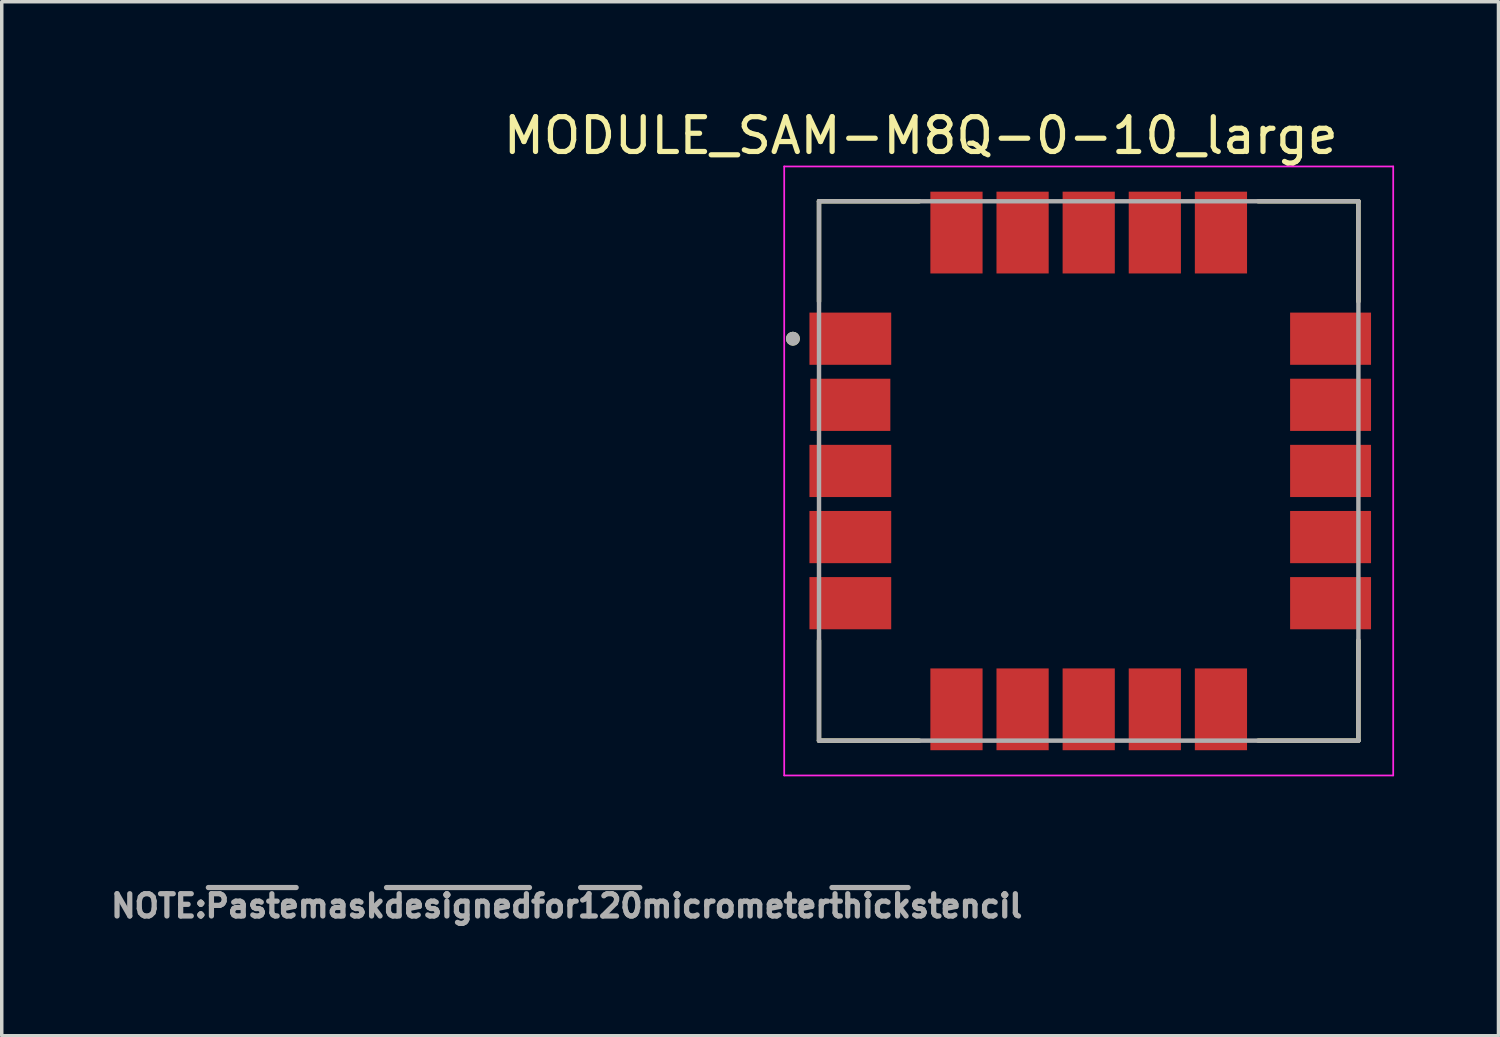
<source format=kicad_pcb>
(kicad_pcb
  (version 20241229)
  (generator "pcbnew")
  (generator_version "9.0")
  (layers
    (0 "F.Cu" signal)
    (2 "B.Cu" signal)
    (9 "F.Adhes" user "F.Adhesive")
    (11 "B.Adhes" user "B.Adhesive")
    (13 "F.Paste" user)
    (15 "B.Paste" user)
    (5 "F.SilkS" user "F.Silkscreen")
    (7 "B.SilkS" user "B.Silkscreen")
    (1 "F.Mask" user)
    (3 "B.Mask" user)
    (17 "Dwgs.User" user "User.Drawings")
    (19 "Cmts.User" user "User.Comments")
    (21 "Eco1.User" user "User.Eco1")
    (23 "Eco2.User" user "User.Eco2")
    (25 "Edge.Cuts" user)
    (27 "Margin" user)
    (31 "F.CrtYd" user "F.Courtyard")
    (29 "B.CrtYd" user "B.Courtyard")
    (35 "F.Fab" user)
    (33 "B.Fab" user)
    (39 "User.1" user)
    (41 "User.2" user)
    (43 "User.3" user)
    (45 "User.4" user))
  (footprint "MODULE_SAM-M8Q-0-10_large"
    (layer "F.Cu")
    (at 28.235 10.483)
    (property "Reference" "MODULE_SAM-M8Q-0-10_large" (at -4.825 -9.635 0) (layer "F.SilkS") (effects (font (size 1 1) (thickness 0.15))))
    (attr through_hole)
    (fp_poly (pts (xy -8.05 -4.55) (xy -5.7 -4.55) (xy -5.7 -3.05) (xy -8.05 -3.05)) (stroke (width 0.01) (type solid)) (fill yes) (layer "F.Mask"))
    (fp_poly (pts (xy -8.05 -2.65) (xy -5.7 -2.65) (xy -5.7 -1.15) (xy -8.05 -1.15)) (stroke (width 0.01) (type solid)) (fill yes) (layer "F.Mask"))
    (fp_poly (pts (xy -8.05 -0.75) (xy -5.7 -0.75) (xy -5.7 0.75) (xy -8.05 0.75)) (stroke (width 0.01) (type solid)) (fill yes) (layer "F.Mask"))
    (fp_poly (pts (xy -8.05 1.15) (xy -5.7 1.15) (xy -5.7 2.65) (xy -8.05 2.65)) (stroke (width 0.01) (type solid)) (fill yes) (layer "F.Mask"))
    (fp_poly (pts (xy -8.05 3.05) (xy -5.7 3.05) (xy -5.7 4.55) (xy -8.05 4.55)) (stroke (width 0.01) (type solid)) (fill yes) (layer "F.Mask"))
    (fp_poly (pts (xy -4.55 -8.05) (xy -3.05 -8.05) (xy -3.05 -5.7) (xy -4.55 -5.7)) (stroke (width 0.01) (type solid)) (fill yes) (layer "F.Mask"))
    (fp_poly (pts (xy -4.55 5.7) (xy -3.05 5.7) (xy -3.05 8.05) (xy -4.55 8.05)) (stroke (width 0.01) (type solid)) (fill yes) (layer "F.Mask"))
    (fp_poly (pts (xy -2.65 -8.05) (xy -1.15 -8.05) (xy -1.15 -5.7) (xy -2.65 -5.7)) (stroke (width 0.01) (type solid)) (fill yes) (layer "F.Mask"))
    (fp_poly (pts (xy -2.65 5.7) (xy -1.15 5.7) (xy -1.15 8.05) (xy -2.65 8.05)) (stroke (width 0.01) (type solid)) (fill yes) (layer "F.Mask"))
    (fp_poly (pts (xy -0.75 -8.05) (xy 0.75 -8.05) (xy 0.75 -5.7) (xy -0.75 -5.7)) (stroke (width 0.01) (type solid)) (fill yes) (layer "F.Mask"))
    (fp_poly (pts (xy -0.75 5.7) (xy 0.75 5.7) (xy 0.75 8.05) (xy -0.75 8.05)) (stroke (width 0.01) (type solid)) (fill yes) (layer "F.Mask"))
    (fp_poly (pts (xy 1.15 -8.05) (xy 2.65 -8.05) (xy 2.65 -5.7) (xy 1.15 -5.7)) (stroke (width 0.01) (type solid)) (fill yes) (layer "F.Mask"))
    (fp_poly (pts (xy 1.15 5.7) (xy 2.65 5.7) (xy 2.65 8.05) (xy 1.15 8.05)) (stroke (width 0.01) (type solid)) (fill yes) (layer "F.Mask"))
    (fp_poly (pts (xy 3.05 -8.05) (xy 4.55 -8.05) (xy 4.55 -5.7) (xy 3.05 -5.7)) (stroke (width 0.01) (type solid)) (fill yes) (layer "F.Mask"))
    (fp_poly (pts (xy 3.05 5.7) (xy 4.55 5.7) (xy 4.55 8.05) (xy 3.05 8.05)) (stroke (width 0.01) (type solid)) (fill yes) (layer "F.Mask"))
    (fp_poly (pts (xy 5.7 -4.55) (xy 8.05 -4.55) (xy 8.05 -3.05) (xy 5.7 -3.05)) (stroke (width 0.01) (type solid)) (fill yes) (layer "F.Mask"))
    (fp_poly (pts (xy 5.7 -2.65) (xy 8.05 -2.65) (xy 8.05 -1.15) (xy 5.7 -1.15)) (stroke (width 0.01) (type solid)) (fill yes) (layer "F.Mask"))
    (fp_poly (pts (xy 5.7 -0.75) (xy 8.05 -0.75) (xy 8.05 0.75) (xy 5.7 0.75)) (stroke (width 0.01) (type solid)) (fill yes) (layer "F.Mask"))
    (fp_poly (pts (xy 5.7 1.15) (xy 8.05 1.15) (xy 8.05 2.65) (xy 5.7 2.65)) (stroke (width 0.01) (type solid)) (fill yes) (layer "F.Mask"))
    (fp_poly (pts (xy 5.7 3.05) (xy 8.05 3.05) (xy 8.05 4.55) (xy 5.7 4.55)) (stroke (width 0.01) (type solid)) (fill yes) (layer "F.Mask"))
    (fp_line (start -7.75 -7.75) (end -4.87 -7.75) (stroke (width 0.127) (type solid)) (layer "F.SilkS"))
    (fp_line (start -7.75 -4.87) (end -7.75 -7.75) (stroke (width 0.127) (type solid)) (layer "F.SilkS"))
    (fp_line (start -7.75 7.75) (end -7.75 4.87) (stroke (width 0.127) (type solid)) (layer "F.SilkS"))
    (fp_line (start -4.87 7.75) (end -7.75 7.75) (stroke (width 0.127) (type solid)) (layer "F.SilkS"))
    (fp_line (start 4.87 -7.75) (end 7.75 -7.75) (stroke (width 0.127) (type solid)) (layer "F.SilkS"))
    (fp_line (start 7.75 -7.75) (end 7.75 -4.87) (stroke (width 0.127) (type solid)) (layer "F.SilkS"))
    (fp_line (start 7.75 7.75) (end 4.87 7.75) (stroke (width 0.127) (type solid)) (layer "F.SilkS"))
    (fp_line (start 7.75 7.75) (end 7.75 4.87) (stroke (width 0.127) (type solid)) (layer "F.SilkS"))
    (fp_circle (center -8.5 -3.8) (end -8.4 -3.8) (stroke (width 0.2) (type solid)) (fill no) (layer "F.SilkS"))
    (fp_poly (pts (xy -7.975 -4.505) (xy -7.255 -4.505) (xy -7.255 -3.925) (xy -7.975 -3.925)) (stroke (width 0.01) (type solid)) (fill yes) (layer "F.Paste"))
    (fp_poly (pts (xy -7.975 -3.655) (xy -7.255 -3.655) (xy -7.255 -3.075) (xy -7.975 -3.075)) (stroke (width 0.01) (type solid)) (fill yes) (layer "F.Paste"))
    (fp_poly (pts (xy -7.975 -2.605) (xy -7.255 -2.605) (xy -7.255 -2.025) (xy -7.975 -2.025)) (stroke (width 0.01) (type solid)) (fill yes) (layer "F.Paste"))
    (fp_poly (pts (xy -7.975 -1.755) (xy -7.255 -1.755) (xy -7.255 -1.175) (xy -7.975 -1.175)) (stroke (width 0.01) (type solid)) (fill yes) (layer "F.Paste"))
    (fp_poly (pts (xy -7.975 -0.705) (xy -7.255 -0.705) (xy -7.255 -0.125) (xy -7.975 -0.125)) (stroke (width 0.01) (type solid)) (fill yes) (layer "F.Paste"))
    (fp_poly (pts (xy -7.975 0.145) (xy -7.255 0.145) (xy -7.255 0.725) (xy -7.975 0.725)) (stroke (width 0.01) (type solid)) (fill yes) (layer "F.Paste"))
    (fp_poly (pts (xy -7.975 1.195) (xy -7.255 1.195) (xy -7.255 1.775) (xy -7.975 1.775)) (stroke (width 0.01) (type solid)) (fill yes) (layer "F.Paste"))
    (fp_poly (pts (xy -7.975 2.045) (xy -7.255 2.045) (xy -7.255 2.625) (xy -7.975 2.625)) (stroke (width 0.01) (type solid)) (fill yes) (layer "F.Paste"))
    (fp_poly (pts (xy -7.975 3.095) (xy -7.255 3.095) (xy -7.255 3.675) (xy -7.975 3.675)) (stroke (width 0.01) (type solid)) (fill yes) (layer "F.Paste"))
    (fp_poly (pts (xy -7.975 3.945) (xy -7.255 3.945) (xy -7.255 4.525) (xy -7.975 4.525)) (stroke (width 0.01) (type solid)) (fill yes) (layer "F.Paste"))
    (fp_poly (pts (xy -6.46 -4.515) (xy -5.74 -4.515) (xy -5.74 -3.935) (xy -6.46 -3.935)) (stroke (width 0.01) (type solid)) (fill yes) (layer "F.Paste"))
    (fp_poly (pts (xy -6.46 -3.665) (xy -5.74 -3.665) (xy -5.74 -3.085) (xy -6.46 -3.085)) (stroke (width 0.01) (type solid)) (fill yes) (layer "F.Paste"))
    (fp_poly (pts (xy -6.46 -2.615) (xy -5.74 -2.615) (xy -5.74 -2.035) (xy -6.46 -2.035)) (stroke (width 0.01) (type solid)) (fill yes) (layer "F.Paste"))
    (fp_poly (pts (xy -6.46 -1.765) (xy -5.74 -1.765) (xy -5.74 -1.185) (xy -6.46 -1.185)) (stroke (width 0.01) (type solid)) (fill yes) (layer "F.Paste"))
    (fp_poly (pts (xy -6.46 -0.715) (xy -5.74 -0.715) (xy -5.74 -0.135) (xy -6.46 -0.135)) (stroke (width 0.01) (type solid)) (fill yes) (layer "F.Paste"))
    (fp_poly (pts (xy -6.46 0.135) (xy -5.74 0.135) (xy -5.74 0.715) (xy -6.46 0.715)) (stroke (width 0.01) (type solid)) (fill yes) (layer "F.Paste"))
    (fp_poly (pts (xy -6.46 1.185) (xy -5.74 1.185) (xy -5.74 1.765) (xy -6.46 1.765)) (stroke (width 0.01) (type solid)) (fill yes) (layer "F.Paste"))
    (fp_poly (pts (xy -6.46 2.035) (xy -5.74 2.035) (xy -5.74 2.615) (xy -6.46 2.615)) (stroke (width 0.01) (type solid)) (fill yes) (layer "F.Paste"))
    (fp_poly (pts (xy -6.46 3.085) (xy -5.74 3.085) (xy -5.74 3.665) (xy -6.46 3.665)) (stroke (width 0.01) (type solid)) (fill yes) (layer "F.Paste"))
    (fp_poly (pts (xy -6.46 3.935) (xy -5.74 3.935) (xy -5.74 4.515) (xy -6.46 4.515)) (stroke (width 0.01) (type solid)) (fill yes) (layer "F.Paste"))
    (fp_poly (pts (xy -4.515 -7.97) (xy -3.935 -7.97) (xy -3.935 -7.25) (xy -4.515 -7.25)) (stroke (width 0.01) (type solid)) (fill yes) (layer "F.Paste"))
    (fp_poly (pts (xy -4.515 -6.46) (xy -3.935 -6.46) (xy -3.935 -5.74) (xy -4.515 -5.74)) (stroke (width 0.01) (type solid)) (fill yes) (layer "F.Paste"))
    (fp_poly (pts (xy -4.515 5.74) (xy -3.935 5.74) (xy -3.935 6.46) (xy -4.515 6.46)) (stroke (width 0.01) (type solid)) (fill yes) (layer "F.Paste"))
    (fp_poly (pts (xy -4.515 7.23) (xy -3.935 7.23) (xy -3.935 7.95) (xy -4.515 7.95)) (stroke (width 0.01) (type solid)) (fill yes) (layer "F.Paste"))
    (fp_poly (pts (xy -3.665 -7.97) (xy -3.085 -7.97) (xy -3.085 -7.25) (xy -3.665 -7.25)) (stroke (width 0.01) (type solid)) (fill yes) (layer "F.Paste"))
    (fp_poly (pts (xy -3.665 -6.46) (xy -3.085 -6.46) (xy -3.085 -5.74) (xy -3.665 -5.74)) (stroke (width 0.01) (type solid)) (fill yes) (layer "F.Paste"))
    (fp_poly (pts (xy -3.665 5.74) (xy -3.085 5.74) (xy -3.085 6.46) (xy -3.665 6.46)) (stroke (width 0.01) (type solid)) (fill yes) (layer "F.Paste"))
    (fp_poly (pts (xy -3.665 7.23) (xy -3.085 7.23) (xy -3.085 7.95) (xy -3.665 7.95)) (stroke (width 0.01) (type solid)) (fill yes) (layer "F.Paste"))
    (fp_poly (pts (xy -2.615 -7.97) (xy -2.035 -7.97) (xy -2.035 -7.25) (xy -2.615 -7.25)) (stroke (width 0.01) (type solid)) (fill yes) (layer "F.Paste"))
    (fp_poly (pts (xy -2.615 -6.46) (xy -2.035 -6.46) (xy -2.035 -5.74) (xy -2.615 -5.74)) (stroke (width 0.01) (type solid)) (fill yes) (layer "F.Paste"))
    (fp_poly (pts (xy -2.615 5.74) (xy -2.035 5.74) (xy -2.035 6.46) (xy -2.615 6.46)) (stroke (width 0.01) (type solid)) (fill yes) (layer "F.Paste"))
    (fp_poly (pts (xy -2.615 7.23) (xy -2.035 7.23) (xy -2.035 7.95) (xy -2.615 7.95)) (stroke (width 0.01) (type solid)) (fill yes) (layer "F.Paste"))
    (fp_poly (pts (xy -1.765 -7.97) (xy -1.185 -7.97) (xy -1.185 -7.25) (xy -1.765 -7.25)) (stroke (width 0.01) (type solid)) (fill yes) (layer "F.Paste"))
    (fp_poly (pts (xy -1.765 -6.46) (xy -1.185 -6.46) (xy -1.185 -5.74) (xy -1.765 -5.74)) (stroke (width 0.01) (type solid)) (fill yes) (layer "F.Paste"))
    (fp_poly (pts (xy -1.765 5.74) (xy -1.185 5.74) (xy -1.185 6.46) (xy -1.765 6.46)) (stroke (width 0.01) (type solid)) (fill yes) (layer "F.Paste"))
    (fp_poly (pts (xy -1.765 7.23) (xy -1.185 7.23) (xy -1.185 7.95) (xy -1.765 7.95)) (stroke (width 0.01) (type solid)) (fill yes) (layer "F.Paste"))
    (fp_poly (pts (xy -0.715 -7.97) (xy -0.135 -7.97) (xy -0.135 -7.25) (xy -0.715 -7.25)) (stroke (width 0.01) (type solid)) (fill yes) (layer "F.Paste"))
    (fp_poly (pts (xy -0.715 -6.46) (xy -0.135 -6.46) (xy -0.135 -5.74) (xy -0.715 -5.74)) (stroke (width 0.01) (type solid)) (fill yes) (layer "F.Paste"))
    (fp_poly (pts (xy -0.715 5.74) (xy -0.135 5.74) (xy -0.135 6.46) (xy -0.715 6.46)) (stroke (width 0.01) (type solid)) (fill yes) (layer "F.Paste"))
    (fp_poly (pts (xy -0.715 7.23) (xy -0.135 7.23) (xy -0.135 7.95) (xy -0.715 7.95)) (stroke (width 0.01) (type solid)) (fill yes) (layer "F.Paste"))
    (fp_poly (pts (xy 0.135 -7.97) (xy 0.715 -7.97) (xy 0.715 -7.25) (xy 0.135 -7.25)) (stroke (width 0.01) (type solid)) (fill yes) (layer "F.Paste"))
    (fp_poly (pts (xy 0.135 -6.46) (xy 0.715 -6.46) (xy 0.715 -5.74) (xy 0.135 -5.74)) (stroke (width 0.01) (type solid)) (fill yes) (layer "F.Paste"))
    (fp_poly (pts (xy 0.135 5.74) (xy 0.715 5.74) (xy 0.715 6.46) (xy 0.135 6.46)) (stroke (width 0.01) (type solid)) (fill yes) (layer "F.Paste"))
    (fp_poly (pts (xy 0.135 7.23) (xy 0.715 7.23) (xy 0.715 7.95) (xy 0.135 7.95)) (stroke (width 0.01) (type solid)) (fill yes) (layer "F.Paste"))
    (fp_poly (pts (xy 1.185 -7.97) (xy 1.765 -7.97) (xy 1.765 -7.25) (xy 1.185 -7.25)) (stroke (width 0.01) (type solid)) (fill yes) (layer "F.Paste"))
    (fp_poly (pts (xy 1.185 -6.46) (xy 1.765 -6.46) (xy 1.765 -5.74) (xy 1.185 -5.74)) (stroke (width 0.01) (type solid)) (fill yes) (layer "F.Paste"))
    (fp_poly (pts (xy 1.185 5.74) (xy 1.765 5.74) (xy 1.765 6.46) (xy 1.185 6.46)) (stroke (width 0.01) (type solid)) (fill yes) (layer "F.Paste"))
    (fp_poly (pts (xy 1.185 7.23) (xy 1.765 7.23) (xy 1.765 7.95) (xy 1.185 7.95)) (stroke (width 0.01) (type solid)) (fill yes) (layer "F.Paste"))
    (fp_poly (pts (xy 2.02 5.74) (xy 2.6 5.74) (xy 2.6 6.46) (xy 2.02 6.46)) (stroke (width 0.01) (type solid)) (fill yes) (layer "F.Paste"))
    (fp_poly (pts (xy 2.035 -7.97) (xy 2.615 -7.97) (xy 2.615 -7.25) (xy 2.035 -7.25)) (stroke (width 0.01) (type solid)) (fill yes) (layer "F.Paste"))
    (fp_poly (pts (xy 2.035 -6.46) (xy 2.615 -6.46) (xy 2.615 -5.74) (xy 2.035 -5.74)) (stroke (width 0.01) (type solid)) (fill yes) (layer "F.Paste"))
    (fp_poly (pts (xy 2.035 7.23) (xy 2.615 7.23) (xy 2.615 7.95) (xy 2.035 7.95)) (stroke (width 0.01) (type solid)) (fill yes) (layer "F.Paste"))
    (fp_poly (pts (xy 3.085 -7.97) (xy 3.665 -7.97) (xy 3.665 -7.25) (xy 3.085 -7.25)) (stroke (width 0.01) (type solid)) (fill yes) (layer "F.Paste"))
    (fp_poly (pts (xy 3.085 -6.46) (xy 3.665 -6.46) (xy 3.665 -5.74) (xy 3.085 -5.74)) (stroke (width 0.01) (type solid)) (fill yes) (layer "F.Paste"))
    (fp_poly (pts (xy 3.085 5.74) (xy 3.665 5.74) (xy 3.665 6.46) (xy 3.085 6.46)) (stroke (width 0.01) (type solid)) (fill yes) (layer "F.Paste"))
    (fp_poly (pts (xy 3.085 7.23) (xy 3.665 7.23) (xy 3.665 7.95) (xy 3.085 7.95)) (stroke (width 0.01) (type solid)) (fill yes) (layer "F.Paste"))
    (fp_poly (pts (xy 3.935 -7.97) (xy 4.515 -7.97) (xy 4.515 -7.25) (xy 3.935 -7.25)) (stroke (width 0.01) (type solid)) (fill yes) (layer "F.Paste"))
    (fp_poly (pts (xy 3.935 -6.46) (xy 4.515 -6.46) (xy 4.515 -5.74) (xy 3.935 -5.74)) (stroke (width 0.01) (type solid)) (fill yes) (layer "F.Paste"))
    (fp_poly (pts (xy 3.935 5.74) (xy 4.515 5.74) (xy 4.515 6.46) (xy 3.935 6.46)) (stroke (width 0.01) (type solid)) (fill yes) (layer "F.Paste"))
    (fp_poly (pts (xy 3.935 7.23) (xy 4.515 7.23) (xy 4.515 7.95) (xy 3.935 7.95)) (stroke (width 0.01) (type solid)) (fill yes) (layer "F.Paste"))
    (fp_poly (pts (xy 5.74 -4.515) (xy 6.46 -4.515) (xy 6.46 -3.935) (xy 5.74 -3.935)) (stroke (width 0.01) (type solid)) (fill yes) (layer "F.Paste"))
    (fp_poly (pts (xy 5.74 -3.665) (xy 6.46 -3.665) (xy 6.46 -3.085) (xy 5.74 -3.085)) (stroke (width 0.01) (type solid)) (fill yes) (layer "F.Paste"))
    (fp_poly (pts (xy 5.74 -2.615) (xy 6.46 -2.615) (xy 6.46 -2.035) (xy 5.74 -2.035)) (stroke (width 0.01) (type solid)) (fill yes) (layer "F.Paste"))
    (fp_poly (pts (xy 5.74 -1.765) (xy 6.46 -1.765) (xy 6.46 -1.185) (xy 5.74 -1.185)) (stroke (width 0.01) (type solid)) (fill yes) (layer "F.Paste"))
    (fp_poly (pts (xy 5.74 -0.715) (xy 6.46 -0.715) (xy 6.46 -0.135) (xy 5.74 -0.135)) (stroke (width 0.01) (type solid)) (fill yes) (layer "F.Paste"))
    (fp_poly (pts (xy 5.74 0.135) (xy 6.46 0.135) (xy 6.46 0.715) (xy 5.74 0.715)) (stroke (width 0.01) (type solid)) (fill yes) (layer "F.Paste"))
    (fp_poly (pts (xy 5.74 1.185) (xy 6.46 1.185) (xy 6.46 1.765) (xy 5.74 1.765)) (stroke (width 0.01) (type solid)) (fill yes) (layer "F.Paste"))
    (fp_poly (pts (xy 5.74 2.035) (xy 6.46 2.035) (xy 6.46 2.615) (xy 5.74 2.615)) (stroke (width 0.01) (type solid)) (fill yes) (layer "F.Paste"))
    (fp_poly (pts (xy 5.74 3.085) (xy 6.46 3.085) (xy 6.46 3.665) (xy 5.74 3.665)) (stroke (width 0.01) (type solid)) (fill yes) (layer "F.Paste"))
    (fp_poly (pts (xy 5.74 3.935) (xy 6.46 3.935) (xy 6.46 4.515) (xy 5.74 4.515)) (stroke (width 0.01) (type solid)) (fill yes) (layer "F.Paste"))
    (fp_poly (pts (xy 7.275 -4.525) (xy 7.995 -4.525) (xy 7.995 -3.945) (xy 7.275 -3.945)) (stroke (width 0.01) (type solid)) (fill yes) (layer "F.Paste"))
    (fp_poly (pts (xy 7.275 -3.675) (xy 7.995 -3.675) (xy 7.995 -3.095) (xy 7.275 -3.095)) (stroke (width 0.01) (type solid)) (fill yes) (layer "F.Paste"))
    (fp_poly (pts (xy 7.275 -2.625) (xy 7.995 -2.625) (xy 7.995 -2.045) (xy 7.275 -2.045)) (stroke (width 0.01) (type solid)) (fill yes) (layer "F.Paste"))
    (fp_poly (pts (xy 7.275 -1.775) (xy 7.995 -1.775) (xy 7.995 -1.195) (xy 7.275 -1.195)) (stroke (width 0.01) (type solid)) (fill yes) (layer "F.Paste"))
    (fp_poly (pts (xy 7.275 -0.725) (xy 7.995 -0.725) (xy 7.995 -0.145) (xy 7.275 -0.145)) (stroke (width 0.01) (type solid)) (fill yes) (layer "F.Paste"))
    (fp_poly (pts (xy 7.275 0.125) (xy 7.995 0.125) (xy 7.995 0.705) (xy 7.275 0.705)) (stroke (width 0.01) (type solid)) (fill yes) (layer "F.Paste"))
    (fp_poly (pts (xy 7.275 1.175) (xy 7.995 1.175) (xy 7.995 1.755) (xy 7.275 1.755)) (stroke (width 0.01) (type solid)) (fill yes) (layer "F.Paste"))
    (fp_poly (pts (xy 7.275 2.025) (xy 7.995 2.025) (xy 7.995 2.605) (xy 7.275 2.605)) (stroke (width 0.01) (type solid)) (fill yes) (layer "F.Paste"))
    (fp_poly (pts (xy 7.275 3.075) (xy 7.995 3.075) (xy 7.995 3.655) (xy 7.275 3.655)) (stroke (width 0.01) (type solid)) (fill yes) (layer "F.Paste"))
    (fp_poly (pts (xy 7.275 3.925) (xy 7.995 3.925) (xy 7.995 4.505) (xy 7.275 4.505)) (stroke (width 0.01) (type solid)) (fill yes) (layer "F.Paste"))
    (fp_line (start -8.75 -8.75) (end -8.75 8.75) (stroke (width 0.05) (type solid)) (layer "F.CrtYd"))
    (fp_line (start -8.75 8.75) (end 8.75 8.75) (stroke (width 0.05) (type solid)) (layer "F.CrtYd"))
    (fp_line (start 8.75 -8.75) (end -8.75 -8.75) (stroke (width 0.05) (type solid)) (layer "F.CrtYd"))
    (fp_line (start 8.75 8.75) (end 8.75 -8.75) (stroke (width 0.05) (type solid)) (layer "F.CrtYd"))
    (fp_line (start -7.75 -7.75) (end 7.75 -7.75) (stroke (width 0.127) (type solid)) (layer "F.Fab"))
    (fp_line (start -7.75 7.75) (end -7.75 -7.75) (stroke (width 0.127) (type solid)) (layer "F.Fab"))
    (fp_line (start 7.75 -7.75) (end 7.75 7.75) (stroke (width 0.127) (type solid)) (layer "F.Fab"))
    (fp_line (start 7.75 7.75) (end -7.75 7.75) (stroke (width 0.127) (type solid)) (layer "F.Fab"))
    (fp_circle (center -8.5 -3.8) (end -8.4 -3.8) (stroke (width 0.2) (type solid)) (fill no) (layer "F.Fab"))
    (fp_text user "NOTE:~{Paste}mask~{designed}for~{120}micrometer~{thick}stencil" (at -15 12.5 0) (layer "F.Fab") (effects (font (size 0.64 0.64) (thickness 0.15))))
    (pad "1" smd rect (at -6.85 -3.8) (size 2.35 1.5) (layers "F.Cu"))
    (pad "2" smd rect (at -6.85 -1.9) (size 2.3 1.5) (layers "F.Cu"))
    (pad "3" smd rect (at -6.85 0) (size 2.35 1.5) (layers "F.Cu"))
    (pad "4" smd rect (at -6.85 1.9) (size 2.35 1.5) (layers "F.Cu"))
    (pad "5" smd rect (at -6.85 3.8) (size 2.35 1.5) (layers "F.Cu"))
    (pad "6" smd rect (at -3.8 6.85) (size 1.5 2.35) (layers "F.Cu"))
    (pad "7" smd rect (at -1.9 6.85) (size 1.5 2.35) (layers "F.Cu"))
    (pad "8" smd rect (at 0 6.85) (size 1.5 2.35) (layers "F.Cu"))
    (pad "9" smd rect (at 1.9 6.85) (size 1.5 2.35) (layers "F.Cu"))
    (pad "10" smd rect (at 3.8 6.85) (size 1.5 2.35) (layers "F.Cu"))
    (pad "11" smd rect (at 6.95 3.8) (size 2.325 1.5) (layers "F.Cu"))
    (pad "12" smd rect (at 6.95 1.9) (size 2.325 1.5) (layers "F.Cu"))
    (pad "13" smd rect (at 6.95 0) (size 2.325 1.5) (layers "F.Cu"))
    (pad "14" smd rect (at 6.95 -1.9) (size 2.325 1.5) (layers "F.Cu"))
    (pad "15" smd rect (at 6.95 -3.8) (size 2.325 1.5) (layers "F.Cu"))
    (pad "16" smd rect (at 3.8 -6.85) (size 1.5 2.35) (layers "F.Cu"))
    (pad "17" smd rect (at 1.9 -6.85) (size 1.5 2.35) (layers "F.Cu"))
    (pad "18" smd rect (at 0 -6.85) (size 1.5 2.35) (layers "F.Cu"))
    (pad "19" smd rect (at -1.9 -6.85) (size 1.5 2.35) (layers "F.Cu"))
    (pad "20" smd rect (at -3.8 -6.85) (size 1.5 2.35) (layers "F.Cu")))
  (gr_rect
    (start -3 -3)
    (end 40.01 26.712)
    (stroke (width 0.1) (type default))
    (fill no)
    (layer "Edge.Cuts")))
</source>
